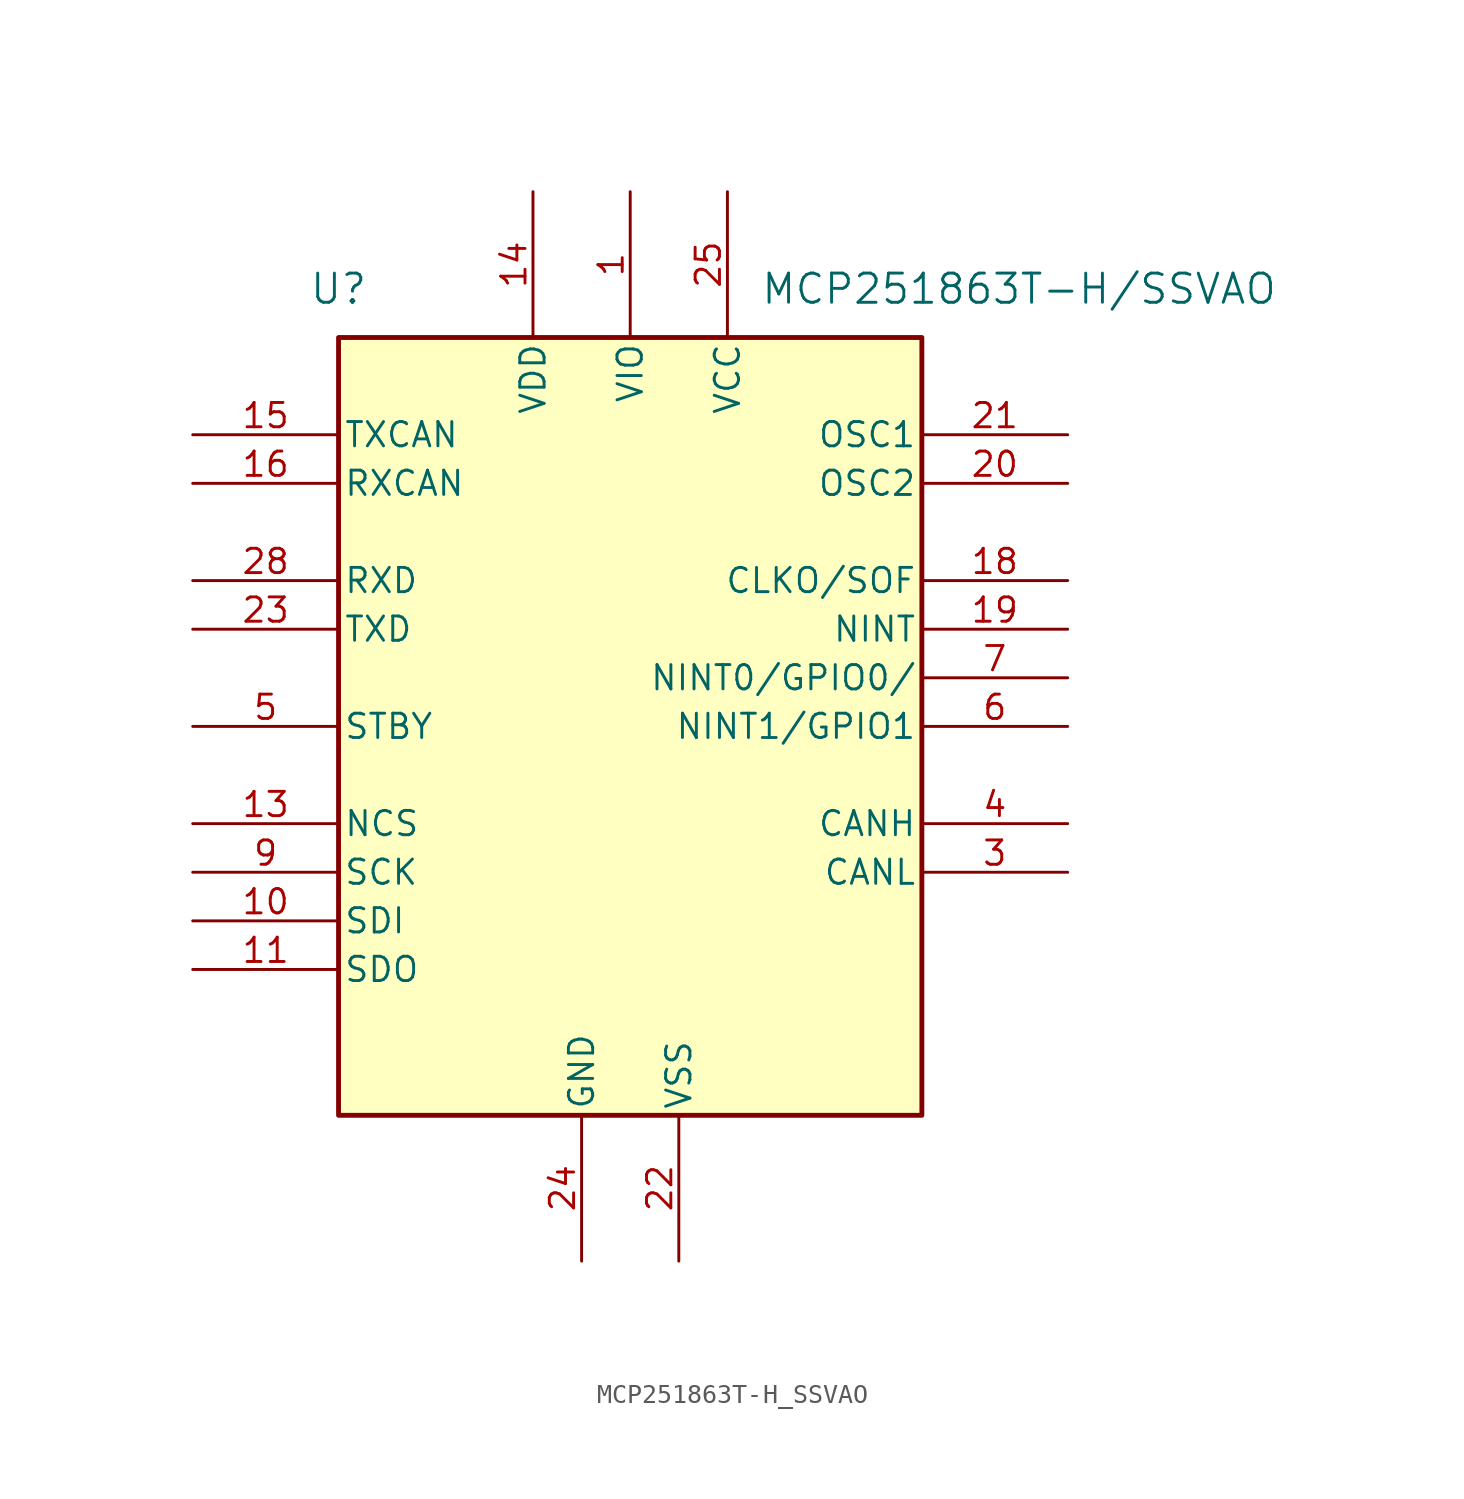
<source format=kicad_sym>
(kicad_symbol_lib
  (version 20220914)
  (generator kicad_symbol_editor)
  (symbol "MCP251863T-H_SSVAO"
    (pin_names
      (offset 0.254))
    (property "Reference" "U"
      (at -15.24 22.86 0)
      (effects (font (size 1.524 1.524))))
    (property "Value" "MCP251863T-H/SSVAO"
      (at 20.32 22.86 0)
      (effects (font (size 1.524 1.524))))
    (symbol "MCP251863T-H_SSVAO_0_1"
      (pin power_in line (at 0 27.94 270) (length 7.62) (name "VIO" (effects (font (size 1.27 1.27)))) (number "1" (effects (font (size 1.27 1.27)))))
      (pin input line (at -22.86 -10.16 0) (length 7.62) (name "SDI" (effects (font (size 1.27 1.27)))) (number "10" (effects (font (size 1.27 1.27)))))
      (pin output line (at -22.86 -12.7 0) (length 7.62) (name "SDO" (effects (font (size 1.27 1.27)))) (number "11" (effects (font (size 1.27 1.27)))))
      (pin input line (at -22.86 -5.08 0) (length 7.62) (name "NCS" (effects (font (size 1.27 1.27)))) (number "13" (effects (font (size 1.27 1.27)))))
      (pin power_in line (at -5.08 27.94 270) (length 7.62) (name "VDD" (effects (font (size 1.27 1.27)))) (number "14" (effects (font (size 1.27 1.27)))))
      (pin output line (at -22.86 15.24 0) (length 7.62) (name "TXCAN" (effects (font (size 1.27 1.27)))) (number "15" (effects (font (size 1.27 1.27)))))
      (pin input line (at -22.86 12.7 0) (length 7.62) (name "RXCAN" (effects (font (size 1.27 1.27)))) (number "16" (effects (font (size 1.27 1.27)))))
      (pin output line (at 22.86 7.62 180) (length 7.62) (name "CLKO/SOF" (effects (font (size 1.27 1.27)))) (number "18" (effects (font (size 1.27 1.27)))))
      (pin output line (at 22.86 5.08 180) (length 7.62) (name "NINT" (effects (font (size 1.27 1.27)))) (number "19" (effects (font (size 1.27 1.27)))))
      (pin output line (at 22.86 12.7 180) (length 7.62) (name "OSC2" (effects (font (size 1.27 1.27)))) (number "20" (effects (font (size 1.27 1.27)))))
      (pin input line (at 22.86 15.24 180) (length 7.62) (name "OSC1" (effects (font (size 1.27 1.27)))) (number "21" (effects (font (size 1.27 1.27)))))
      (pin power_in line (at 2.54 -27.94 90) (length 7.62) (name "VSS" (effects (font (size 1.27 1.27)))) (number "22" (effects (font (size 1.27 1.27)))))
      (pin input line (at -22.86 5.08 0) (length 7.62) (name "TXD" (effects (font (size 1.27 1.27)))) (number "23" (effects (font (size 1.27 1.27)))))
      (pin power_in line (at -2.54 -27.94 90) (length 7.62) (name "GND" (effects (font (size 1.27 1.27)))) (number "24" (effects (font (size 1.27 1.27)))))
      (pin power_in line (at 5.08 27.94 270) (length 7.62) (name "VCC" (effects (font (size 1.27 1.27)))) (number "25" (effects (font (size 1.27 1.27)))))
      (pin output line (at -22.86 7.62 0) (length 7.62) (name "RXD" (effects (font (size 1.27 1.27)))) (number "28" (effects (font (size 1.27 1.27)))))
      (pin bidirectional line (at 22.86 -7.62 180) (length 7.62) (name "CANL" (effects (font (size 1.27 1.27)))) (number "3" (effects (font (size 1.27 1.27)))))
      (pin bidirectional line (at 22.86 -5.08 180) (length 7.62) (name "CANH" (effects (font (size 1.27 1.27)))) (number "4" (effects (font (size 1.27 1.27)))))
      (pin input line (at -22.86 0 0) (length 7.62) (name "STBY" (effects (font (size 1.27 1.27)))) (number "5" (effects (font (size 1.27 1.27)))))
      (pin bidirectional line (at 22.86 0 180) (length 7.62) (name "NINT1/GPIO1" (effects (font (size 1.27 1.27)))) (number "6" (effects (font (size 1.27 1.27)))))
      (pin bidirectional line (at 22.86 2.54 180) (length 7.62) (name "NINT0/GPIO0/" (effects (font (size 1.27 1.27)))) (number "7" (effects (font (size 1.27 1.27)))))
      (pin input line (at -22.86 -7.62 0) (length 7.62) (name "SCK" (effects (font (size 1.27 1.27)))) (number "9" (effects (font (size 1.27 1.27))))))
    (symbol "MCP251863T-H_SSVAO_1_1"
      (rectangle (start -15.24 20.32) (end 15.24 -20.32) (stroke (width 0.254) (type default)) (fill (type background)))
      (pin no_connect line (at 22.86 -12.7 180) (length 7.62) hide (name "NC" (effects (font (size 1.27 1.27)))) (number "12" (effects (font (size 1.27 1.27)))))
      (pin no_connect line (at 22.86 -12.7 180) (length 7.62) hide (name "NC" (effects (font (size 1.27 1.27)))) (number "17" (effects (font (size 1.27 1.27)))))
      (pin no_connect line (at 22.86 -12.7 180) (length 7.62) hide (name "NC" (effects (font (size 1.27 1.27)))) (number "2" (effects (font (size 1.27 1.27)))))
      (pin no_connect line (at 22.86 -12.7 180) (length 7.62) hide (name "NC" (effects (font (size 1.27 1.27)))) (number "26" (effects (font (size 1.27 1.27)))))
      (pin no_connect line (at 22.86 -12.7 180) (length 7.62) hide (name "NC" (effects (font (size 1.27 1.27)))) (number "27" (effects (font (size 1.27 1.27)))))
      (pin no_connect line (at 22.86 -12.7 180) (length 7.62) hide (name "NC" (effects (font (size 1.27 1.27)))) (number "8" (effects (font (size 1.27 1.27))))))))
</source>
